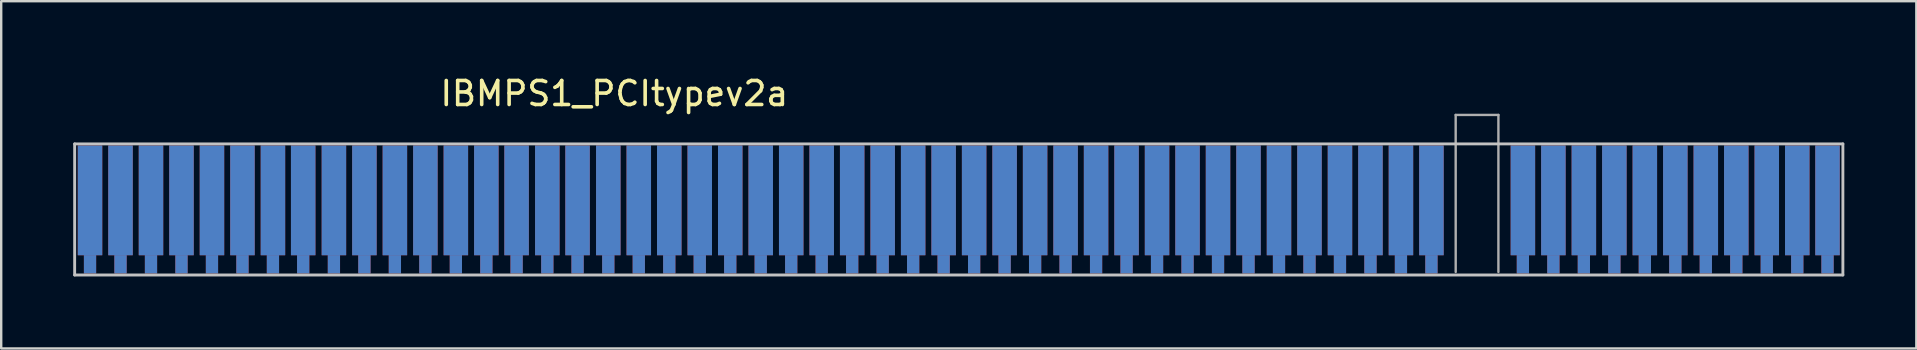
<source format=kicad_pcb>
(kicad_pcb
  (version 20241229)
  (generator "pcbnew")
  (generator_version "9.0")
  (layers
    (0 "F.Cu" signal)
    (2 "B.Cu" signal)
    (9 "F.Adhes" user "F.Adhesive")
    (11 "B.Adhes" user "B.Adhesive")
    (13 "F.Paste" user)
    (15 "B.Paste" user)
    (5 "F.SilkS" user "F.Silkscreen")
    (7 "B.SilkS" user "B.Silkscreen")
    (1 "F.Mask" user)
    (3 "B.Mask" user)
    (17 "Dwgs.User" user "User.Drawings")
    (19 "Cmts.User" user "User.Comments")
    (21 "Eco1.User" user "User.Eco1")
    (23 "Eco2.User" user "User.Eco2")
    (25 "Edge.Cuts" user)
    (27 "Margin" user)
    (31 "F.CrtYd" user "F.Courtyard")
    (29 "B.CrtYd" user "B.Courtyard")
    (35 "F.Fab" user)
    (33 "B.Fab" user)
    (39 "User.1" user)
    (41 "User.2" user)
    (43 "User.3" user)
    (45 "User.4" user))
  (footprint "IBMPS1_PCItypev2a"
    (layer "F.Cu")
    (at 34.35 6.628)
    (property "Reference" "IBMPS1_PCItypev2a" (at -11.81 -5.78 0) (layer "F.SilkS") (effects (font (size 1 1) (thickness 0.15))))
    (attr smd)
    (fp_line (start -34.29 -3.683) (end 39.37 -3.683) (stroke (width 0.12) (type solid)) (layer "Dwgs.User"))
    (fp_line (start -34.29 1.778) (end -34.29 -3.683) (stroke (width 0.12) (type solid)) (layer "Dwgs.User"))
    (fp_line (start 39.37 -3.683) (end 39.37 1.778) (stroke (width 0.12) (type solid)) (layer "Dwgs.User"))
    (fp_line (start 39.37 1.778) (end -34.29 1.778) (stroke (width 0.12) (type solid)) (layer "Dwgs.User"))
    (fp_line (start 23.24 -4.89) (end 25.02 -4.89) (stroke (width 0.1) (type solid)) (layer "F.Fab"))
    (fp_line (start 23.241 1.651) (end 23.24 -4.89) (stroke (width 0.1) (type solid)) (layer "F.Fab"))
    (fp_line (start 25.02 -4.89) (end 25.02 1.651) (stroke (width 0.1) (type solid)) (layer "F.Fab"))
    (pad "A5" connect rect (at -33.65 -1.33) (size 1.02 4.57) (layers "B.Cu" "B.Mask"))
    (pad "A5" connect rect (at -33.65 1.33) (size 0.51 0.76) (layers "B.Cu" "B.Mask"))
    (pad "A6" connect rect (at -32.38 -1.33) (size 1.02 4.57) (layers "B.Cu" "B.Mask"))
    (pad "A6" connect rect (at -32.38 1.33) (size 0.51 0.76) (layers "B.Cu" "B.Mask"))
    (pad "A7" connect rect (at -31.11 -1.33) (size 1.02 4.57) (layers "B.Cu" "B.Mask"))
    (pad "A7" connect rect (at -31.11 1.33) (size 0.51 0.76) (layers "B.Cu" "B.Mask"))
    (pad "A8" connect rect (at -29.84 -1.33) (size 1.02 4.57) (layers "B.Cu" "B.Mask"))
    (pad "A8" connect rect (at -29.84 1.33) (size 0.51 0.76) (layers "B.Cu" "B.Mask"))
    (pad "A9" connect rect (at -28.57 -1.33) (size 1.02 4.57) (layers "B.Cu" "B.Mask"))
    (pad "A9" connect rect (at -28.57 1.33) (size 0.51 0.76) (layers "B.Cu" "B.Mask"))
    (pad "A10" connect rect (at -27.3 -1.33) (size 1.02 4.57) (layers "B.Cu" "B.Mask"))
    (pad "A10" connect rect (at -27.3 1.33) (size 0.51 0.76) (layers "B.Cu" "B.Mask"))
    (pad "A11" connect rect (at -26.03 -1.33) (size 1.02 4.57) (layers "B.Cu" "B.Mask"))
    (pad "A11" connect rect (at -26.03 1.33) (size 0.51 0.76) (layers "B.Cu" "B.Mask"))
    (pad "A12" connect rect (at -24.77 -1.33) (size 1.02 4.57) (layers "B.Cu" "B.Mask"))
    (pad "A12" connect rect (at -24.77 1.33) (size 0.51 0.76) (layers "B.Cu" "B.Mask"))
    (pad "A13" connect rect (at -23.49 -1.33) (size 1.02 4.57) (layers "B.Cu" "B.Mask"))
    (pad "A13" connect rect (at -23.49 1.33) (size 0.51 0.76) (layers "B.Cu" "B.Mask"))
    (pad "A14" connect rect (at -22.22 -1.33) (size 1.02 4.57) (layers "B.Cu" "B.Mask"))
    (pad "A14" connect rect (at -22.22 1.33) (size 0.51 0.76) (layers "B.Cu" "B.Mask"))
    (pad "A15" connect rect (at -20.95 -1.33) (size 1.02 4.57) (layers "B.Cu" "B.Mask"))
    (pad "A15" connect rect (at -20.95 1.33) (size 0.51 0.76) (layers "B.Cu" "B.Mask"))
    (pad "A16" connect rect (at -19.68 -1.33) (size 1.02 4.57) (layers "B.Cu" "B.Mask"))
    (pad "A16" connect rect (at -19.68 1.33) (size 0.51 0.76) (layers "B.Cu" "B.Mask"))
    (pad "A17" connect rect (at -18.41 -1.33) (size 1.02 4.57) (layers "B.Cu" "B.Mask"))
    (pad "A17" connect rect (at -18.41 1.33) (size 0.51 0.76) (layers "B.Cu" "B.Mask"))
    (pad "A18" connect rect (at -17.14 -1.33) (size 1.02 4.57) (layers "B.Cu" "B.Mask"))
    (pad "A18" connect rect (at -17.14 1.33) (size 0.51 0.76) (layers "B.Cu" "B.Mask"))
    (pad "A19" connect rect (at -15.88 -1.33) (size 1.02 4.57) (layers "B.Cu" "B.Mask"))
    (pad "A19" connect rect (at -15.88 1.33) (size 0.51 0.76) (layers "B.Cu" "B.Mask"))
    (pad "A20" connect rect (at -14.6 -1.33) (size 1.02 4.57) (layers "B.Cu" "B.Mask"))
    (pad "A20" connect rect (at -14.6 1.33) (size 0.51 0.76) (layers "B.Cu" "B.Mask"))
    (pad "A21" connect rect (at -13.34 -1.33) (size 1.02 4.57) (layers "B.Cu" "B.Mask"))
    (pad "A21" connect rect (at -13.34 1.33) (size 0.51 0.76) (layers "B.Cu" "B.Mask"))
    (pad "A22" connect rect (at -12.06 -1.33) (size 1.02 4.57) (layers "B.Cu" "B.Mask"))
    (pad "A22" connect rect (at -12.06 1.33) (size 0.51 0.76) (layers "B.Cu" "B.Mask"))
    (pad "A23" connect rect (at -10.79 -1.33) (size 1.02 4.57) (layers "B.Cu" "B.Mask"))
    (pad "A23" connect rect (at -10.79 1.33) (size 0.51 0.76) (layers "B.Cu" "B.Mask"))
    (pad "A24" connect rect (at -9.52 -1.33) (size 1.02 4.57) (layers "B.Cu" "B.Mask"))
    (pad "A24" connect rect (at -9.52 1.33) (size 0.51 0.76) (layers "B.Cu" "B.Mask"))
    (pad "A25" connect rect (at -8.25 -1.33) (size 1.02 4.57) (layers "B.Cu" "B.Mask"))
    (pad "A25" connect rect (at -8.25 1.33) (size 0.51 0.76) (layers "B.Cu" "B.Mask"))
    (pad "A26" connect rect (at -6.98 -1.33) (size 1.02 4.57) (layers "B.Cu" "B.Mask"))
    (pad "A26" connect rect (at -6.98 1.33) (size 0.51 0.76) (layers "B.Cu" "B.Mask"))
    (pad "A27" connect rect (at -5.71 -1.33) (size 1.02 4.57) (layers "B.Cu" "B.Mask"))
    (pad "A27" connect rect (at -5.71 1.33) (size 0.51 0.76) (layers "B.Cu" "B.Mask"))
    (pad "A28" connect rect (at -4.44 -1.33) (size 1.02 4.57) (layers "B.Cu" "B.Mask"))
    (pad "A28" connect rect (at -4.44 1.33) (size 0.51 0.76) (layers "B.Cu" "B.Mask"))
    (pad "A29" connect rect (at -3.17 -1.33) (size 1.02 4.57) (layers "B.Cu" "B.Mask"))
    (pad "A29" connect rect (at -3.17 1.33) (size 0.51 0.76) (layers "B.Cu" "B.Mask"))
    (pad "A30" connect rect (at -1.9 -1.33) (size 1.02 4.57) (layers "B.Cu" "B.Mask"))
    (pad "A30" connect rect (at -1.9 1.33) (size 0.51 0.76) (layers "B.Cu" "B.Mask"))
    (pad "A31" connect rect (at -0.63 -1.33) (size 1.02 4.57) (layers "B.Cu" "B.Mask"))
    (pad "A31" connect rect (at -0.63 1.33) (size 0.51 0.76) (layers "B.Cu" "B.Mask"))
    (pad "A32" connect rect (at 0.64 -1.33) (size 1.02 4.57) (layers "B.Cu" "B.Mask"))
    (pad "A32" connect rect (at 0.64 1.33) (size 0.51 0.76) (layers "B.Cu" "B.Mask"))
    (pad "A33" connect rect (at 1.91 -1.33) (size 1.02 4.57) (layers "B.Cu" "B.Mask"))
    (pad "A33" connect rect (at 1.91 1.33) (size 0.51 0.76) (layers "B.Cu" "B.Mask"))
    (pad "A34" connect rect (at 3.18 -1.33) (size 1.02 4.57) (layers "B.Cu" "B.Mask"))
    (pad "A34" connect rect (at 3.18 1.33) (size 0.51 0.76) (layers "B.Cu" "B.Mask"))
    (pad "A35" connect rect (at 4.45 -1.33) (size 1.02 4.57) (layers "B.Cu" "B.Mask"))
    (pad "A35" connect rect (at 4.45 1.33) (size 0.51 0.76) (layers "B.Cu" "B.Mask"))
    (pad "A36" connect rect (at 5.72 -1.33) (size 1.02 4.57) (layers "B.Cu" "B.Mask"))
    (pad "A36" connect rect (at 5.72 1.33) (size 0.51 0.76) (layers "B.Cu" "B.Mask"))
    (pad "A37" connect rect (at 6.99 -1.33) (size 1.02 4.57) (layers "B.Cu" "B.Mask"))
    (pad "A37" connect rect (at 6.99 1.33) (size 0.51 0.76) (layers "B.Cu" "B.Mask"))
    (pad "A38" connect rect (at 8.26 -1.33) (size 1.02 4.57) (layers "B.Cu" "B.Mask"))
    (pad "A38" connect rect (at 8.26 1.33) (size 0.51 0.76) (layers "B.Cu" "B.Mask"))
    (pad "A39" connect rect (at 9.53 -1.33) (size 1.02 4.57) (layers "B.Cu" "B.Mask"))
    (pad "A39" connect rect (at 9.53 1.33) (size 0.51 0.76) (layers "B.Cu" "B.Mask"))
    (pad "A40" connect rect (at 10.8 -1.33) (size 1.02 4.57) (layers "B.Cu" "B.Mask"))
    (pad "A40" connect rect (at 10.8 1.33) (size 0.51 0.76) (layers "B.Cu" "B.Mask"))
    (pad "A41" connect rect (at 12.07 -1.33) (size 1.02 4.57) (layers "B.Cu" "B.Mask"))
    (pad "A41" connect rect (at 12.07 1.33) (size 0.51 0.76) (layers "B.Cu" "B.Mask"))
    (pad "A42" connect rect (at 13.34 -1.33) (size 1.02 4.57) (layers "B.Cu" "B.Mask"))
    (pad "A42" connect rect (at 13.34 1.33) (size 0.51 0.76) (layers "B.Cu" "B.Mask"))
    (pad "A43" connect rect (at 14.61 -1.33) (size 1.02 4.57) (layers "B.Cu" "B.Mask"))
    (pad "A43" connect rect (at 14.61 1.33) (size 0.51 0.76) (layers "B.Cu" "B.Mask"))
    (pad "A44" connect rect (at 15.88 -1.33) (size 1.02 4.57) (layers "B.Cu" "B.Mask"))
    (pad "A44" connect rect (at 15.88 1.33) (size 0.51 0.76) (layers "B.Cu" "B.Mask"))
    (pad "A45" connect rect (at 17.15 -1.33) (size 1.02 4.57) (layers "B.Cu" "B.Mask"))
    (pad "A45" connect rect (at 17.15 1.33) (size 0.51 0.76) (layers "B.Cu" "B.Mask"))
    (pad "A46" connect rect (at 18.42 -1.33) (size 1.02 4.57) (layers "B.Cu" "B.Mask"))
    (pad "A46" connect rect (at 18.42 1.33) (size 0.51 0.76) (layers "B.Cu" "B.Mask"))
    (pad "A47" connect rect (at 19.69 -1.33) (size 1.02 4.57) (layers "B.Cu" "B.Mask"))
    (pad "A47" connect rect (at 19.69 1.33) (size 0.51 0.76) (layers "B.Cu" "B.Mask"))
    (pad "A48" connect rect (at 20.96 -1.33) (size 1.02 4.57) (layers "B.Cu" "B.Mask"))
    (pad "A48" connect rect (at 20.96 1.33) (size 0.51 0.76) (layers "B.Cu" "B.Mask"))
    (pad "A49" connect rect (at 22.23 -1.33) (size 1.02 4.57) (layers "B.Cu" "B.Mask"))
    (pad "A49" connect rect (at 22.23 1.33) (size 0.51 0.76) (layers "B.Cu" "B.Mask"))
    (pad "A52" connect rect (at 26.04 -1.33) (size 1.02 4.57) (layers "B.Cu" "B.Mask"))
    (pad "A52" connect rect (at 26.04 1.33) (size 0.51 0.76) (layers "B.Cu" "B.Mask"))
    (pad "A53" connect rect (at 27.31 -1.33) (size 1.02 4.57) (layers "B.Cu" "B.Mask"))
    (pad "A53" connect rect (at 27.31 1.33) (size 0.51 0.76) (layers "B.Cu" "B.Mask"))
    (pad "A54" connect rect (at 28.58 -1.33) (size 1.02 4.57) (layers "B.Cu" "B.Mask"))
    (pad "A54" connect rect (at 28.58 1.33) (size 0.51 0.76) (layers "B.Cu" "B.Mask"))
    (pad "A55" connect rect (at 29.85 -1.33) (size 1.02 4.57) (layers "B.Cu" "B.Mask"))
    (pad "A55" connect rect (at 29.85 1.33) (size 0.51 0.76) (layers "B.Cu" "B.Mask"))
    (pad "A56" connect rect (at 31.12 -1.33) (size 1.02 4.57) (layers "B.Cu" "B.Mask"))
    (pad "A56" connect rect (at 31.12 1.33) (size 0.51 0.76) (layers "B.Cu" "B.Mask"))
    (pad "A57" connect rect (at 32.39 -1.33) (size 1.02 4.57) (layers "B.Cu" "B.Mask"))
    (pad "A57" connect rect (at 32.39 1.33) (size 0.51 0.76) (layers "B.Cu" "B.Mask"))
    (pad "A58" connect rect (at 33.66 -1.33) (size 1.02 4.57) (layers "B.Cu" "B.Mask"))
    (pad "A58" connect rect (at 33.66 1.33) (size 0.51 0.76) (layers "B.Cu" "B.Mask"))
    (pad "A59" connect rect (at 34.93 -1.33) (size 1.02 4.57) (layers "B.Cu" "B.Mask"))
    (pad "A59" connect rect (at 34.93 1.33) (size 0.51 0.76) (layers "B.Cu" "B.Mask"))
    (pad "A60" connect rect (at 36.2 -1.33) (size 1.02 4.57) (layers "B.Cu" "B.Mask"))
    (pad "A60" connect rect (at 36.2 1.33) (size 0.51 0.76) (layers "B.Cu" "B.Mask"))
    (pad "A61" connect rect (at 37.47 -1.33) (size 1.02 4.57) (layers "B.Cu" "B.Mask"))
    (pad "A61" connect rect (at 37.47 1.33) (size 0.51 0.76) (layers "B.Cu" "B.Mask"))
    (pad "A62" connect rect (at 38.73 -1.33) (size 1.02 4.57) (layers "B.Cu" "B.Mask"))
    (pad "A62" connect rect (at 38.73 1.33) (size 0.51 0.76) (layers "B.Cu" "B.Mask"))
    (pad "B5" connect rect (at -33.65 -1.33) (size 1.02 4.57) (layers "F.Cu" "F.Mask"))
    (pad "B5" connect rect (at -33.65 1.33) (size 0.51 0.76) (layers "F.Cu" "F.Mask"))
    (pad "B6" connect rect (at -32.38 -1.33) (size 1.02 4.57) (layers "F.Cu" "F.Mask"))
    (pad "B6" connect rect (at -32.38 1.33) (size 0.51 0.76) (layers "F.Cu" "F.Mask"))
    (pad "B7" connect rect (at -31.11 -1.33) (size 1.02 4.57) (layers "F.Cu" "F.Mask"))
    (pad "B7" connect rect (at -31.11 1.33) (size 0.51 0.76) (layers "F.Cu" "F.Mask"))
    (pad "B8" connect rect (at -29.84 -1.33) (size 1.02 4.57) (layers "F.Cu" "F.Mask"))
    (pad "B8" connect rect (at -29.84 1.33) (size 0.51 0.76) (layers "F.Cu" "F.Mask"))
    (pad "B9" connect rect (at -28.57 -1.33) (size 1.02 4.57) (layers "F.Cu" "F.Mask"))
    (pad "B9" connect rect (at -28.57 1.33) (size 0.51 0.76) (layers "F.Cu" "F.Mask"))
    (pad "B10" connect rect (at -27.3 -1.33) (size 1.02 4.57) (layers "F.Cu" "F.Mask"))
    (pad "B10" connect rect (at -27.3 1.33) (size 0.51 0.76) (layers "F.Cu" "F.Mask"))
    (pad "B11" connect rect (at -26.03 -1.33) (size 1.02 4.57) (layers "F.Cu" "F.Mask"))
    (pad "B11" connect rect (at -26.03 1.33) (size 0.51 0.76) (layers "F.Cu" "F.Mask"))
    (pad "B12" connect rect (at -24.77 -1.33) (size 1.02 4.57) (layers "F.Cu" "F.Mask"))
    (pad "B12" connect rect (at -24.77 1.33) (size 0.51 0.76) (layers "F.Cu" "F.Mask"))
    (pad "B13" connect rect (at -23.49 -1.33) (size 1.02 4.57) (layers "F.Cu" "F.Mask"))
    (pad "B13" connect rect (at -23.49 1.33) (size 0.51 0.76) (layers "F.Cu" "F.Mask"))
    (pad "B14" connect rect (at -22.22 -1.33) (size 1.02 4.57) (layers "F.Cu" "F.Mask"))
    (pad "B14" connect rect (at -22.22 1.33) (size 0.51 0.76) (layers "F.Cu" "F.Mask"))
    (pad "B15" connect rect (at -20.95 -1.33) (size 1.02 4.57) (layers "F.Cu" "F.Mask"))
    (pad "B15" connect rect (at -20.95 1.33) (size 0.51 0.76) (layers "F.Cu" "F.Mask"))
    (pad "B16" connect rect (at -19.68 -1.33) (size 1.02 4.57) (layers "F.Cu" "F.Mask"))
    (pad "B16" connect rect (at -19.68 1.33) (size 0.51 0.76) (layers "F.Cu" "F.Mask"))
    (pad "B17" connect rect (at -18.41 -1.33) (size 1.02 4.57) (layers "F.Cu" "F.Mask"))
    (pad "B17" connect rect (at -18.41 1.33) (size 0.51 0.76) (layers "F.Cu" "F.Mask"))
    (pad "B18" connect rect (at -17.14 -1.33) (size 1.02 4.57) (layers "F.Cu" "F.Mask"))
    (pad "B18" connect rect (at -17.14 1.33) (size 0.51 0.76) (layers "F.Cu" "F.Mask"))
    (pad "B19" connect rect (at -15.88 -1.33) (size 1.02 4.57) (layers "F.Cu" "F.Mask"))
    (pad "B19" connect rect (at -15.88 1.33) (size 0.51 0.76) (layers "F.Cu" "F.Mask"))
    (pad "B20" connect rect (at -14.6 -1.33) (size 1.02 4.57) (layers "F.Cu" "F.Mask"))
    (pad "B20" connect rect (at -14.6 1.33) (size 0.51 0.76) (layers "F.Cu" "F.Mask"))
    (pad "B21" connect rect (at -13.34 -1.33) (size 1.02 4.57) (layers "F.Cu" "F.Mask"))
    (pad "B21" connect rect (at -13.34 1.33) (size 0.51 0.76) (layers "F.Cu" "F.Mask"))
    (pad "B22" connect rect (at -12.06 -1.33) (size 1.02 4.57) (layers "F.Cu" "F.Mask"))
    (pad "B22" connect rect (at -12.06 1.33) (size 0.51 0.76) (layers "F.Cu" "F.Mask"))
    (pad "B23" connect rect (at -10.79 -1.33) (size 1.02 4.57) (layers "F.Cu" "F.Mask"))
    (pad "B23" connect rect (at -10.79 1.33) (size 0.51 0.76) (layers "F.Cu" "F.Mask"))
    (pad "B24" connect rect (at -9.52 -1.33) (size 1.02 4.57) (layers "F.Cu" "F.Mask"))
    (pad "B24" connect rect (at -9.52 1.33) (size 0.51 0.76) (layers "F.Cu" "F.Mask"))
    (pad "B25" connect rect (at -8.25 -1.33) (size 1.02 4.57) (layers "F.Cu" "F.Mask"))
    (pad "B25" connect rect (at -8.25 1.33) (size 0.51 0.76) (layers "F.Cu" "F.Mask"))
    (pad "B26" connect rect (at -6.98 -1.33) (size 1.02 4.57) (layers "F.Cu" "F.Mask"))
    (pad "B26" connect rect (at -6.98 1.33) (size 0.51 0.76) (layers "F.Cu" "F.Mask"))
    (pad "B27" connect rect (at -5.71 -1.33) (size 1.02 4.57) (layers "F.Cu" "F.Mask"))
    (pad "B27" connect rect (at -5.71 1.33) (size 0.51 0.76) (layers "F.Cu" "F.Mask"))
    (pad "B28" connect rect (at -4.44 -1.33) (size 1.02 4.57) (layers "F.Cu" "F.Mask"))
    (pad "B28" connect rect (at -4.44 1.33) (size 0.51 0.76) (layers "F.Cu" "F.Mask"))
    (pad "B29" connect rect (at -3.17 -1.33) (size 1.02 4.57) (layers "F.Cu" "F.Mask"))
    (pad "B29" connect rect (at -3.17 1.33) (size 0.51 0.76) (layers "F.Cu" "F.Mask"))
    (pad "B30" connect rect (at -1.9 -1.33) (size 1.02 4.57) (layers "F.Cu" "F.Mask"))
    (pad "B30" connect rect (at -1.9 1.33) (size 0.51 0.76) (layers "F.Cu" "F.Mask"))
    (pad "B31" connect rect (at -0.63 -1.33) (size 1.02 4.57) (layers "F.Cu" "F.Mask"))
    (pad "B31" connect rect (at -0.63 1.33) (size 0.51 0.76) (layers "F.Cu" "F.Mask"))
    (pad "B32" connect rect (at 0.64 -1.33) (size 1.02 4.57) (layers "F.Cu" "F.Mask"))
    (pad "B32" connect rect (at 0.64 1.33) (size 0.51 0.76) (layers "F.Cu" "F.Mask"))
    (pad "B33" connect rect (at 1.91 -1.33) (size 1.02 4.57) (layers "F.Cu" "F.Mask"))
    (pad "B33" connect rect (at 1.91 1.33) (size 0.51 0.76) (layers "F.Cu" "F.Mask"))
    (pad "B34" connect rect (at 3.18 -1.33) (size 1.02 4.57) (layers "F.Cu" "F.Mask"))
    (pad "B34" connect rect (at 3.18 1.33) (size 0.51 0.76) (layers "F.Cu" "F.Mask"))
    (pad "B35" connect rect (at 4.45 -1.33) (size 1.02 4.57) (layers "F.Cu" "F.Mask"))
    (pad "B35" connect rect (at 4.45 1.33) (size 0.51 0.76) (layers "F.Cu" "F.Mask"))
    (pad "B36" connect rect (at 5.72 -1.33) (size 1.02 4.57) (layers "F.Cu" "F.Mask"))
    (pad "B36" connect rect (at 5.72 1.33) (size 0.51 0.76) (layers "F.Cu" "F.Mask"))
    (pad "B37" connect rect (at 6.99 -1.33) (size 1.02 4.57) (layers "F.Cu" "F.Mask"))
    (pad "B37" connect rect (at 6.99 1.33) (size 0.51 0.76) (layers "F.Cu" "F.Mask"))
    (pad "B38" connect rect (at 8.26 -1.33) (size 1.02 4.57) (layers "F.Cu" "F.Mask"))
    (pad "B38" connect rect (at 8.26 1.33) (size 0.51 0.76) (layers "F.Cu" "F.Mask"))
    (pad "B39" connect rect (at 9.53 -1.33) (size 1.02 4.57) (layers "F.Cu" "F.Mask"))
    (pad "B39" connect rect (at 9.53 1.33) (size 0.51 0.76) (layers "F.Cu" "F.Mask"))
    (pad "B40" connect rect (at 10.8 -1.33) (size 1.02 4.57) (layers "F.Cu" "F.Mask"))
    (pad "B40" connect rect (at 10.8 1.33) (size 0.51 0.76) (layers "F.Cu" "F.Mask"))
    (pad "B41" connect rect (at 12.07 -1.33) (size 1.02 4.57) (layers "F.Cu" "F.Mask"))
    (pad "B41" connect rect (at 12.07 1.33) (size 0.51 0.76) (layers "F.Cu" "F.Mask"))
    (pad "B42" connect rect (at 13.34 -1.33) (size 1.02 4.57) (layers "F.Cu" "F.Mask"))
    (pad "B42" connect rect (at 13.34 1.33) (size 0.51 0.76) (layers "F.Cu" "F.Mask"))
    (pad "B43" connect rect (at 14.61 -1.33) (size 1.02 4.57) (layers "F.Cu" "F.Mask"))
    (pad "B43" connect rect (at 14.61 1.33) (size 0.51 0.76) (layers "F.Cu" "F.Mask"))
    (pad "B44" connect rect (at 15.88 -1.33) (size 1.02 4.57) (layers "F.Cu" "F.Mask"))
    (pad "B44" connect rect (at 15.88 1.33) (size 0.51 0.76) (layers "F.Cu" "F.Mask"))
    (pad "B45" connect rect (at 17.15 -1.33) (size 1.02 4.57) (layers "F.Cu" "F.Mask"))
    (pad "B45" connect rect (at 17.15 1.33) (size 0.51 0.76) (layers "F.Cu" "F.Mask"))
    (pad "B46" connect rect (at 18.42 -1.33) (size 1.02 4.57) (layers "F.Cu" "F.Mask"))
    (pad "B46" connect rect (at 18.42 1.33) (size 0.51 0.76) (layers "F.Cu" "F.Mask"))
    (pad "B47" connect rect (at 19.69 -1.33) (size 1.02 4.57) (layers "F.Cu" "F.Mask"))
    (pad "B47" connect rect (at 19.69 1.33) (size 0.51 0.76) (layers "F.Cu" "F.Mask"))
    (pad "B48" connect rect (at 20.96 -1.33) (size 1.02 4.57) (layers "F.Cu" "F.Mask"))
    (pad "B48" connect rect (at 20.96 1.33) (size 0.51 0.76) (layers "F.Cu" "F.Mask"))
    (pad "B49" connect rect (at 22.23 -1.33) (size 1.02 4.57) (layers "F.Cu" "F.Mask"))
    (pad "B49" connect rect (at 22.23 1.33) (size 0.51 0.76) (layers "F.Cu" "F.Mask"))
    (pad "B52" connect rect (at 26.04 -1.33) (size 1.02 4.57) (layers "F.Cu" "F.Mask"))
    (pad "B52" connect rect (at 26.04 1.33) (size 0.51 0.76) (layers "F.Cu" "F.Mask"))
    (pad "B53" connect rect (at 27.31 -1.33) (size 1.02 4.57) (layers "F.Cu" "F.Mask"))
    (pad "B53" connect rect (at 27.31 1.33) (size 0.51 0.76) (layers "F.Cu" "F.Mask"))
    (pad "B54" connect rect (at 28.58 -1.33) (size 1.02 4.57) (layers "F.Cu" "F.Mask"))
    (pad "B54" connect rect (at 28.58 1.33) (size 0.51 0.76) (layers "F.Cu" "F.Mask"))
    (pad "B55" connect rect (at 29.85 -1.33) (size 1.02 4.57) (layers "F.Cu" "F.Mask"))
    (pad "B55" connect rect (at 29.85 1.33) (size 0.51 0.76) (layers "F.Cu" "F.Mask"))
    (pad "B56" connect rect (at 31.12 -1.33) (size 1.02 4.57) (layers "F.Cu" "F.Mask"))
    (pad "B56" connect rect (at 31.12 1.33) (size 0.51 0.76) (layers "F.Cu" "F.Mask"))
    (pad "B57" connect rect (at 32.39 -1.33) (size 1.02 4.57) (layers "F.Cu" "F.Mask"))
    (pad "B57" connect rect (at 32.39 1.33) (size 0.51 0.76) (layers "F.Cu" "F.Mask"))
    (pad "B58" connect rect (at 33.66 -1.33) (size 1.02 4.57) (layers "F.Cu" "F.Mask"))
    (pad "B58" connect rect (at 33.66 1.33) (size 0.51 0.76) (layers "F.Cu" "F.Mask"))
    (pad "B59" connect rect (at 34.93 -1.33) (size 1.02 4.57) (layers "F.Cu" "F.Mask"))
    (pad "B59" connect rect (at 34.93 1.33) (size 0.51 0.76) (layers "F.Cu" "F.Mask"))
    (pad "B60" connect rect (at 36.2 -1.33) (size 1.02 4.57) (layers "F.Cu" "F.Mask"))
    (pad "B60" connect rect (at 36.2 1.33) (size 0.51 0.76) (layers "F.Cu" "F.Mask"))
    (pad "B61" connect rect (at 37.47 -1.33) (size 1.02 4.57) (layers "F.Cu" "F.Mask"))
    (pad "B61" connect rect (at 37.47 1.33) (size 0.51 0.76) (layers "F.Cu" "F.Mask"))
    (pad "B62" connect rect (at 38.73 -1.33) (size 1.02 4.57) (layers "F.Cu" "F.Mask"))
    (pad "B62" connect rect (at 38.73 1.33) (size 0.51 0.76) (layers "F.Cu" "F.Mask")))
  (gr_rect
    (start -3 -3)
    (end 76.78 11.466)
    (stroke (width 0.1) (type default))
    (fill no)
    (layer "Edge.Cuts")))
</source>
